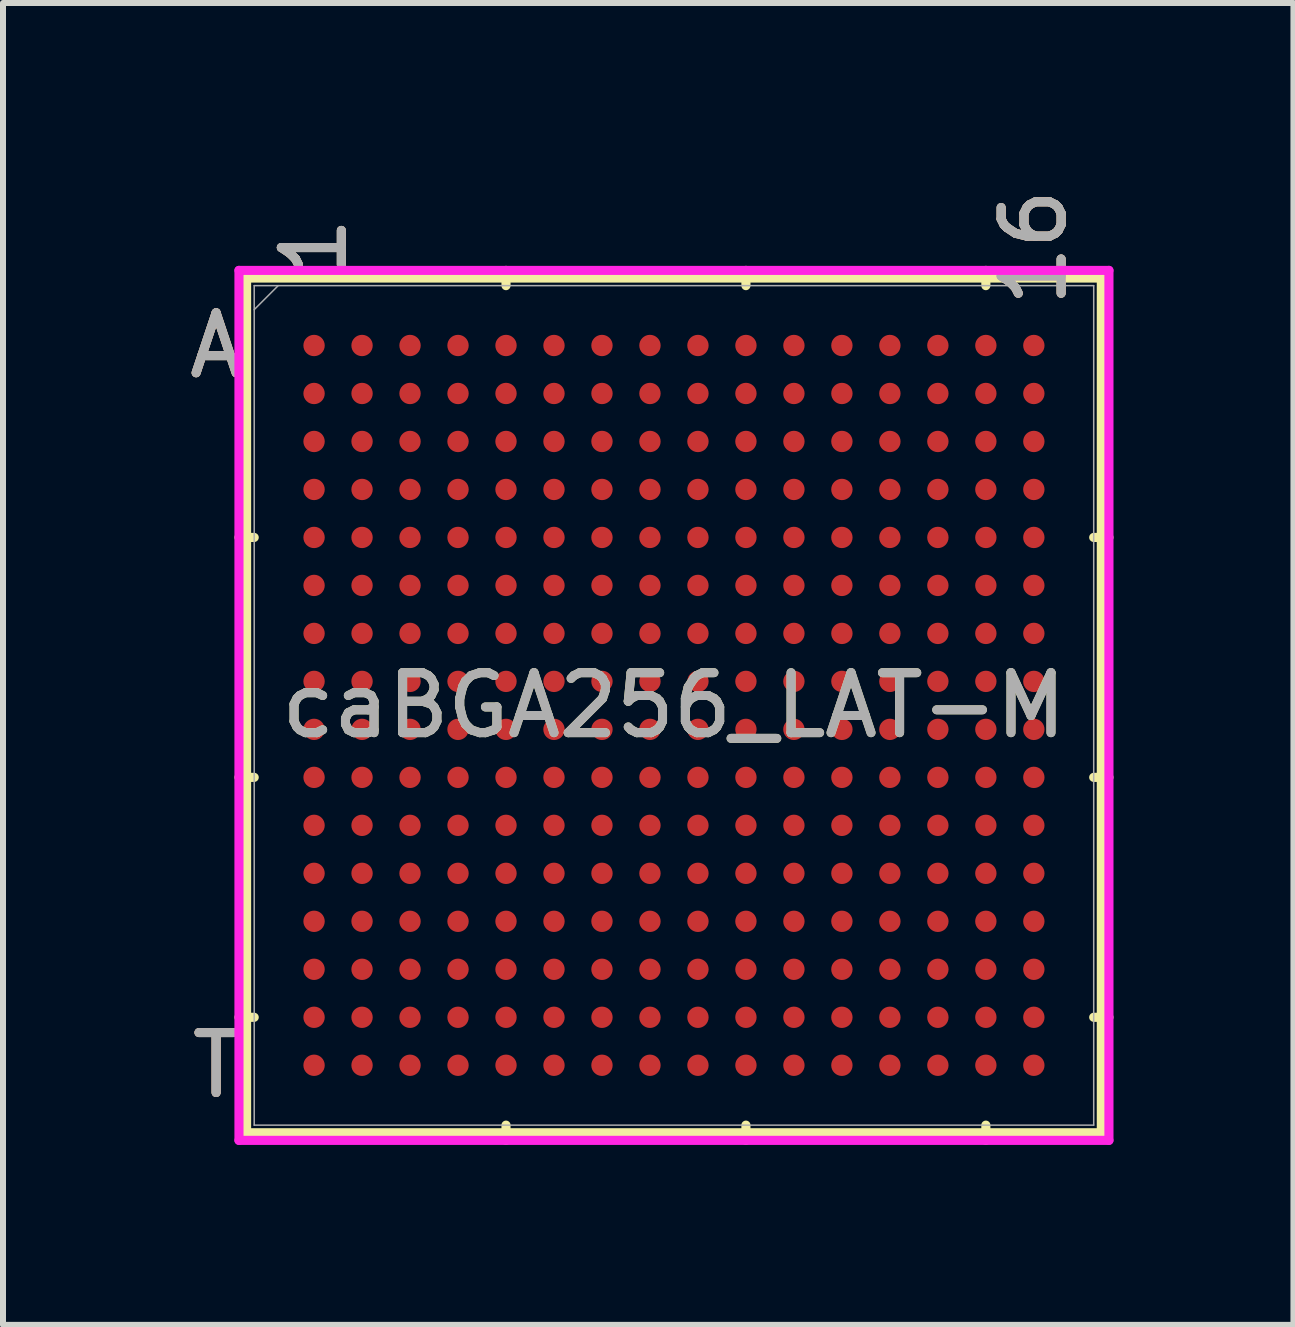
<source format=kicad_pcb>
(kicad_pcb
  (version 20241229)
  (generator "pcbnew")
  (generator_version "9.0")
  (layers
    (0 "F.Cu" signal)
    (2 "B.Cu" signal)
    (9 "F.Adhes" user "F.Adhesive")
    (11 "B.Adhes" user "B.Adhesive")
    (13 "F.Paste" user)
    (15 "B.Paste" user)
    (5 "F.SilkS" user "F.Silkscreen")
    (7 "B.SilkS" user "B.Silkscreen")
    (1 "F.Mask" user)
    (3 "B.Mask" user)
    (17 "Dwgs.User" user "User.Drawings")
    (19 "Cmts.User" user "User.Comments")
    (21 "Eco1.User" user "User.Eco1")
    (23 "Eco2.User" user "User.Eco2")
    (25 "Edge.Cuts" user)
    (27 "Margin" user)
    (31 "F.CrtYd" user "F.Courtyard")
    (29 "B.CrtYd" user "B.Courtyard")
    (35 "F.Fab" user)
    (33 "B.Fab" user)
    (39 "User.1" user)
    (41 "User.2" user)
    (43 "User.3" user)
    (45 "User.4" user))
  (footprint "caBGA256_LAT-M"
    (layer "F.Cu")
    (at 8.186 8.71)
    (property "Reference" "caBGA256_LAT-M" (at 0 0 0) (unlocked yes) (layer "F.SilkS") (effects (font (size 1 1) (thickness 0.15))))
    (attr smd)
    (fp_line (start -7.125 -7.125) (end -7.125 7.125) (stroke (width 0.152) (type solid)) (layer "F.SilkS"))
    (fp_line (start -7.125 7.125) (end 7.125 7.125) (stroke (width 0.152) (type solid)) (layer "F.SilkS"))
    (fp_line (start -6.998 -2.8) (end -7.252 -2.8) (stroke (width 0.152) (type solid)) (layer "F.SilkS"))
    (fp_line (start -6.998 1.2) (end -7.252 1.2) (stroke (width 0.152) (type solid)) (layer "F.SilkS"))
    (fp_line (start -6.998 5.2) (end -7.252 5.2) (stroke (width 0.152) (type solid)) (layer "F.SilkS"))
    (fp_line (start -2.8 -6.998) (end -2.8 -7.252) (stroke (width 0.152) (type solid)) (layer "F.SilkS"))
    (fp_line (start -2.8 6.998) (end -2.8 7.252) (stroke (width 0.152) (type solid)) (layer "F.SilkS"))
    (fp_line (start 1.2 -6.998) (end 1.2 -7.252) (stroke (width 0.152) (type solid)) (layer "F.SilkS"))
    (fp_line (start 1.2 6.998) (end 1.2 7.252) (stroke (width 0.152) (type solid)) (layer "F.SilkS"))
    (fp_line (start 5.2 -6.998) (end 5.2 -7.252) (stroke (width 0.152) (type solid)) (layer "F.SilkS"))
    (fp_line (start 5.2 6.998) (end 5.2 7.252) (stroke (width 0.152) (type solid)) (layer "F.SilkS"))
    (fp_line (start 6.998 -2.8) (end 7.252 -2.8) (stroke (width 0.152) (type solid)) (layer "F.SilkS"))
    (fp_line (start 6.998 1.2) (end 7.252 1.2) (stroke (width 0.152) (type solid)) (layer "F.SilkS"))
    (fp_line (start 6.998 5.2) (end 7.252 5.2) (stroke (width 0.152) (type solid)) (layer "F.SilkS"))
    (fp_line (start 7.125 -7.125) (end -7.125 -7.125) (stroke (width 0.152) (type solid)) (layer "F.SilkS"))
    (fp_line (start 7.125 7.125) (end 7.125 -7.125) (stroke (width 0.152) (type solid)) (layer "F.SilkS"))
    (fp_poly (pts (xy -6.844 -6.844) (xy 6.844 -6.844) (xy 6.844 6.844) (xy -6.844 6.844)) (stroke (width 0.1) (type solid)) (fill no) (layer "Eco2.User"))
    (fp_line (start -7.252 -7.252) (end 7.252 -7.252) (stroke (width 0.152) (type solid)) (layer "F.CrtYd"))
    (fp_line (start -7.252 7.252) (end -7.252 -7.252) (stroke (width 0.152) (type solid)) (layer "F.CrtYd"))
    (fp_line (start 7.252 -7.252) (end 7.252 7.252) (stroke (width 0.152) (type solid)) (layer "F.CrtYd"))
    (fp_line (start 7.252 7.252) (end -7.252 7.252) (stroke (width 0.152) (type solid)) (layer "F.CrtYd"))
    (fp_line (start -6.998 -6.998) (end -6.998 6.998) (stroke (width 0.025) (type solid)) (layer "F.Fab"))
    (fp_line (start -6.998 6.998) (end 6.998 6.998) (stroke (width 0.025) (type solid)) (layer "F.Fab"))
    (fp_line (start -6.598 -6.998) (end -6.998 -6.598) (stroke (width 0.025) (type solid)) (layer "F.Fab"))
    (fp_line (start 6.998 -6.998) (end -6.998 -6.998) (stroke (width 0.025) (type solid)) (layer "F.Fab"))
    (fp_line (start 6.998 6.998) (end 6.998 -6.998) (stroke (width 0.025) (type solid)) (layer "F.Fab"))
    (fp_text user "A" (at -7.633 -6 0) (unlocked yes) (layer "F.SilkS") (effects (font (size 1 1) (thickness 0.15))))
    (fp_text user "16" (at 6 -7.633 90) (unlocked yes) (layer "F.SilkS") (effects (font (size 1 1) (thickness 0.15))))
    (fp_text user "T" (at -7.633 6 0) (unlocked yes) (layer "F.SilkS") (effects (font (size 1 1) (thickness 0.15))))
    (fp_text user "1" (at -6 -7.633 90) (unlocked yes) (layer "F.SilkS") (effects (font (size 1 1) (thickness 0.15))))
    (fp_text user "T" (at -7.633 6 0) (unlocked yes) (layer "B.SilkS") (effects (font (size 1 1) (thickness 0.15))))
    (fp_text user "16" (at 6 -7.633 90) (unlocked yes) (layer "B.SilkS") (effects (font (size 1 1) (thickness 0.15))))
    (fp_text user "1" (at -6 -7.633 90) (unlocked yes) (layer "B.SilkS") (effects (font (size 1 1) (thickness 0.15))))
    (fp_text user "A" (at -7.633 -6 0) (unlocked yes) (layer "B.SilkS") (effects (font (size 1 1) (thickness 0.15))))
    (fp_text user "1" (at -6 -7.633 90) (unlocked yes) (layer "F.Fab") (effects (font (size 1 1) (thickness 0.15))))
    (fp_text user "A" (at -7.633 -6 0) (unlocked yes) (layer "F.Fab") (effects (font (size 1 1) (thickness 0.15))))
    (fp_text user "${REFERENCE}" (at 0 0 0) (unlocked yes) (layer "F.Fab") (effects (font (size 1 1) (thickness 0.15))))
    (fp_text user "T" (at -7.633 6 0) (unlocked yes) (layer "F.Fab") (effects (font (size 1 1) (thickness 0.15))))
    (fp_text user "16" (at 6 -7.633 90) (unlocked yes) (layer "F.Fab") (effects (font (size 1 1) (thickness 0.15))))
    (pad "A1" smd circle (at -6 -6) (size 0.356 0.356) (layers "F.Cu" "F.Mask" "F.Paste"))
    (pad "A2" smd circle (at -5.2 -6) (size 0.356 0.356) (layers "F.Cu" "F.Mask" "F.Paste"))
    (pad "A3" smd circle (at -4.4 -6) (size 0.356 0.356) (layers "F.Cu" "F.Mask" "F.Paste"))
    (pad "A4" smd circle (at -3.6 -6) (size 0.356 0.356) (layers "F.Cu" "F.Mask" "F.Paste"))
    (pad "A5" smd circle (at -2.8 -6) (size 0.356 0.356) (layers "F.Cu" "F.Mask" "F.Paste"))
    (pad "A6" smd circle (at -2 -6) (size 0.356 0.356) (layers "F.Cu" "F.Mask" "F.Paste"))
    (pad "A7" smd circle (at -1.2 -6) (size 0.356 0.356) (layers "F.Cu" "F.Mask" "F.Paste"))
    (pad "A8" smd circle (at -0.4 -6) (size 0.356 0.356) (layers "F.Cu" "F.Mask" "F.Paste"))
    (pad "A9" smd circle (at 0.4 -6) (size 0.356 0.356) (layers "F.Cu" "F.Mask" "F.Paste"))
    (pad "A10" smd circle (at 1.2 -6) (size 0.356 0.356) (layers "F.Cu" "F.Mask" "F.Paste"))
    (pad "A11" smd circle (at 2 -6) (size 0.356 0.356) (layers "F.Cu" "F.Mask" "F.Paste"))
    (pad "A12" smd circle (at 2.8 -6) (size 0.356 0.356) (layers "F.Cu" "F.Mask" "F.Paste"))
    (pad "A13" smd circle (at 3.6 -6) (size 0.356 0.356) (layers "F.Cu" "F.Mask" "F.Paste"))
    (pad "A14" smd circle (at 4.4 -6) (size 0.356 0.356) (layers "F.Cu" "F.Mask" "F.Paste"))
    (pad "A15" smd circle (at 5.2 -6) (size 0.356 0.356) (layers "F.Cu" "F.Mask" "F.Paste"))
    (pad "A16" smd circle (at 6 -6) (size 0.356 0.356) (layers "F.Cu" "F.Mask" "F.Paste"))
    (pad "B1" smd circle (at -6 -5.2) (size 0.356 0.356) (layers "F.Cu" "F.Mask" "F.Paste"))
    (pad "B2" smd circle (at -5.2 -5.2) (size 0.356 0.356) (layers "F.Cu" "F.Mask" "F.Paste"))
    (pad "B3" smd circle (at -4.4 -5.2) (size 0.356 0.356) (layers "F.Cu" "F.Mask" "F.Paste"))
    (pad "B4" smd circle (at -3.6 -5.2) (size 0.356 0.356) (layers "F.Cu" "F.Mask" "F.Paste"))
    (pad "B5" smd circle (at -2.8 -5.2) (size 0.356 0.356) (layers "F.Cu" "F.Mask" "F.Paste"))
    (pad "B6" smd circle (at -2 -5.2) (size 0.356 0.356) (layers "F.Cu" "F.Mask" "F.Paste"))
    (pad "B7" smd circle (at -1.2 -5.2) (size 0.356 0.356) (layers "F.Cu" "F.Mask" "F.Paste"))
    (pad "B8" smd circle (at -0.4 -5.2) (size 0.356 0.356) (layers "F.Cu" "F.Mask" "F.Paste"))
    (pad "B9" smd circle (at 0.4 -5.2) (size 0.356 0.356) (layers "F.Cu" "F.Mask" "F.Paste"))
    (pad "B10" smd circle (at 1.2 -5.2) (size 0.356 0.356) (layers "F.Cu" "F.Mask" "F.Paste"))
    (pad "B11" smd circle (at 2 -5.2) (size 0.356 0.356) (layers "F.Cu" "F.Mask" "F.Paste"))
    (pad "B12" smd circle (at 2.8 -5.2) (size 0.356 0.356) (layers "F.Cu" "F.Mask" "F.Paste"))
    (pad "B13" smd circle (at 3.6 -5.2) (size 0.356 0.356) (layers "F.Cu" "F.Mask" "F.Paste"))
    (pad "B14" smd circle (at 4.4 -5.2) (size 0.356 0.356) (layers "F.Cu" "F.Mask" "F.Paste"))
    (pad "B15" smd circle (at 5.2 -5.2) (size 0.356 0.356) (layers "F.Cu" "F.Mask" "F.Paste"))
    (pad "B16" smd circle (at 6 -5.2) (size 0.356 0.356) (layers "F.Cu" "F.Mask" "F.Paste"))
    (pad "C1" smd circle (at -6 -4.4) (size 0.356 0.356) (layers "F.Cu" "F.Mask" "F.Paste"))
    (pad "C2" smd circle (at -5.2 -4.4) (size 0.356 0.356) (layers "F.Cu" "F.Mask" "F.Paste"))
    (pad "C3" smd circle (at -4.4 -4.4) (size 0.356 0.356) (layers "F.Cu" "F.Mask" "F.Paste"))
    (pad "C4" smd circle (at -3.6 -4.4) (size 0.356 0.356) (layers "F.Cu" "F.Mask" "F.Paste"))
    (pad "C5" smd circle (at -2.8 -4.4) (size 0.356 0.356) (layers "F.Cu" "F.Mask" "F.Paste"))
    (pad "C6" smd circle (at -2 -4.4) (size 0.356 0.356) (layers "F.Cu" "F.Mask" "F.Paste"))
    (pad "C7" smd circle (at -1.2 -4.4) (size 0.356 0.356) (layers "F.Cu" "F.Mask" "F.Paste"))
    (pad "C8" smd circle (at -0.4 -4.4) (size 0.356 0.356) (layers "F.Cu" "F.Mask" "F.Paste"))
    (pad "C9" smd circle (at 0.4 -4.4) (size 0.356 0.356) (layers "F.Cu" "F.Mask" "F.Paste"))
    (pad "C10" smd circle (at 1.2 -4.4) (size 0.356 0.356) (layers "F.Cu" "F.Mask" "F.Paste"))
    (pad "C11" smd circle (at 2 -4.4) (size 0.356 0.356) (layers "F.Cu" "F.Mask" "F.Paste"))
    (pad "C12" smd circle (at 2.8 -4.4) (size 0.356 0.356) (layers "F.Cu" "F.Mask" "F.Paste"))
    (pad "C13" smd circle (at 3.6 -4.4) (size 0.356 0.356) (layers "F.Cu" "F.Mask" "F.Paste"))
    (pad "C14" smd circle (at 4.4 -4.4) (size 0.356 0.356) (layers "F.Cu" "F.Mask" "F.Paste"))
    (pad "C15" smd circle (at 5.2 -4.4) (size 0.356 0.356) (layers "F.Cu" "F.Mask" "F.Paste"))
    (pad "C16" smd circle (at 6 -4.4) (size 0.356 0.356) (layers "F.Cu" "F.Mask" "F.Paste"))
    (pad "D1" smd circle (at -6 -3.6) (size 0.356 0.356) (layers "F.Cu" "F.Mask" "F.Paste"))
    (pad "D2" smd circle (at -5.2 -3.6) (size 0.356 0.356) (layers "F.Cu" "F.Mask" "F.Paste"))
    (pad "D3" smd circle (at -4.4 -3.6) (size 0.356 0.356) (layers "F.Cu" "F.Mask" "F.Paste"))
    (pad "D4" smd circle (at -3.6 -3.6) (size 0.356 0.356) (layers "F.Cu" "F.Mask" "F.Paste"))
    (pad "D5" smd circle (at -2.8 -3.6) (size 0.356 0.356) (layers "F.Cu" "F.Mask" "F.Paste"))
    (pad "D6" smd circle (at -2 -3.6) (size 0.356 0.356) (layers "F.Cu" "F.Mask" "F.Paste"))
    (pad "D7" smd circle (at -1.2 -3.6) (size 0.356 0.356) (layers "F.Cu" "F.Mask" "F.Paste"))
    (pad "D8" smd circle (at -0.4 -3.6) (size 0.356 0.356) (layers "F.Cu" "F.Mask" "F.Paste"))
    (pad "D9" smd circle (at 0.4 -3.6) (size 0.356 0.356) (layers "F.Cu" "F.Mask" "F.Paste"))
    (pad "D10" smd circle (at 1.2 -3.6) (size 0.356 0.356) (layers "F.Cu" "F.Mask" "F.Paste"))
    (pad "D11" smd circle (at 2 -3.6) (size 0.356 0.356) (layers "F.Cu" "F.Mask" "F.Paste"))
    (pad "D12" smd circle (at 2.8 -3.6) (size 0.356 0.356) (layers "F.Cu" "F.Mask" "F.Paste"))
    (pad "D13" smd circle (at 3.6 -3.6) (size 0.356 0.356) (layers "F.Cu" "F.Mask" "F.Paste"))
    (pad "D14" smd circle (at 4.4 -3.6) (size 0.356 0.356) (layers "F.Cu" "F.Mask" "F.Paste"))
    (pad "D15" smd circle (at 5.2 -3.6) (size 0.356 0.356) (layers "F.Cu" "F.Mask" "F.Paste"))
    (pad "D16" smd circle (at 6 -3.6) (size 0.356 0.356) (layers "F.Cu" "F.Mask" "F.Paste"))
    (pad "E1" smd circle (at -6 -2.8) (size 0.356 0.356) (layers "F.Cu" "F.Mask" "F.Paste"))
    (pad "E2" smd circle (at -5.2 -2.8) (size 0.356 0.356) (layers "F.Cu" "F.Mask" "F.Paste"))
    (pad "E3" smd circle (at -4.4 -2.8) (size 0.356 0.356) (layers "F.Cu" "F.Mask" "F.Paste"))
    (pad "E4" smd circle (at -3.6 -2.8) (size 0.356 0.356) (layers "F.Cu" "F.Mask" "F.Paste"))
    (pad "E5" smd circle (at -2.8 -2.8) (size 0.356 0.356) (layers "F.Cu" "F.Mask" "F.Paste"))
    (pad "E6" smd circle (at -2 -2.8) (size 0.356 0.356) (layers "F.Cu" "F.Mask" "F.Paste"))
    (pad "E7" smd circle (at -1.2 -2.8) (size 0.356 0.356) (layers "F.Cu" "F.Mask" "F.Paste"))
    (pad "E8" smd circle (at -0.4 -2.8) (size 0.356 0.356) (layers "F.Cu" "F.Mask" "F.Paste"))
    (pad "E9" smd circle (at 0.4 -2.8) (size 0.356 0.356) (layers "F.Cu" "F.Mask" "F.Paste"))
    (pad "E10" smd circle (at 1.2 -2.8) (size 0.356 0.356) (layers "F.Cu" "F.Mask" "F.Paste"))
    (pad "E11" smd circle (at 2 -2.8) (size 0.356 0.356) (layers "F.Cu" "F.Mask" "F.Paste"))
    (pad "E12" smd circle (at 2.8 -2.8) (size 0.356 0.356) (layers "F.Cu" "F.Mask" "F.Paste"))
    (pad "E13" smd circle (at 3.6 -2.8) (size 0.356 0.356) (layers "F.Cu" "F.Mask" "F.Paste"))
    (pad "E14" smd circle (at 4.4 -2.8) (size 0.356 0.356) (layers "F.Cu" "F.Mask" "F.Paste"))
    (pad "E15" smd circle (at 5.2 -2.8) (size 0.356 0.356) (layers "F.Cu" "F.Mask" "F.Paste"))
    (pad "E16" smd circle (at 6 -2.8) (size 0.356 0.356) (layers "F.Cu" "F.Mask" "F.Paste"))
    (pad "F1" smd circle (at -6 -2) (size 0.356 0.356) (layers "F.Cu" "F.Mask" "F.Paste"))
    (pad "F2" smd circle (at -5.2 -2) (size 0.356 0.356) (layers "F.Cu" "F.Mask" "F.Paste"))
    (pad "F3" smd circle (at -4.4 -2) (size 0.356 0.356) (layers "F.Cu" "F.Mask" "F.Paste"))
    (pad "F4" smd circle (at -3.6 -2) (size 0.356 0.356) (layers "F.Cu" "F.Mask" "F.Paste"))
    (pad "F5" smd circle (at -2.8 -2) (size 0.356 0.356) (layers "F.Cu" "F.Mask" "F.Paste"))
    (pad "F6" smd circle (at -2 -2) (size 0.356 0.356) (layers "F.Cu" "F.Mask" "F.Paste"))
    (pad "F7" smd circle (at -1.2 -2) (size 0.356 0.356) (layers "F.Cu" "F.Mask" "F.Paste"))
    (pad "F8" smd circle (at -0.4 -2) (size 0.356 0.356) (layers "F.Cu" "F.Mask" "F.Paste"))
    (pad "F9" smd circle (at 0.4 -2) (size 0.356 0.356) (layers "F.Cu" "F.Mask" "F.Paste"))
    (pad "F10" smd circle (at 1.2 -2) (size 0.356 0.356) (layers "F.Cu" "F.Mask" "F.Paste"))
    (pad "F11" smd circle (at 2 -2) (size 0.356 0.356) (layers "F.Cu" "F.Mask" "F.Paste"))
    (pad "F12" smd circle (at 2.8 -2) (size 0.356 0.356) (layers "F.Cu" "F.Mask" "F.Paste"))
    (pad "F13" smd circle (at 3.6 -2) (size 0.356 0.356) (layers "F.Cu" "F.Mask" "F.Paste"))
    (pad "F14" smd circle (at 4.4 -2) (size 0.356 0.356) (layers "F.Cu" "F.Mask" "F.Paste"))
    (pad "F15" smd circle (at 5.2 -2) (size 0.356 0.356) (layers "F.Cu" "F.Mask" "F.Paste"))
    (pad "F16" smd circle (at 6 -2) (size 0.356 0.356) (layers "F.Cu" "F.Mask" "F.Paste"))
    (pad "G1" smd circle (at -6 -1.2) (size 0.356 0.356) (layers "F.Cu" "F.Mask" "F.Paste"))
    (pad "G2" smd circle (at -5.2 -1.2) (size 0.356 0.356) (layers "F.Cu" "F.Mask" "F.Paste"))
    (pad "G3" smd circle (at -4.4 -1.2) (size 0.356 0.356) (layers "F.Cu" "F.Mask" "F.Paste"))
    (pad "G4" smd circle (at -3.6 -1.2) (size 0.356 0.356) (layers "F.Cu" "F.Mask" "F.Paste"))
    (pad "G5" smd circle (at -2.8 -1.2) (size 0.356 0.356) (layers "F.Cu" "F.Mask" "F.Paste"))
    (pad "G6" smd circle (at -2 -1.2) (size 0.356 0.356) (layers "F.Cu" "F.Mask" "F.Paste"))
    (pad "G7" smd circle (at -1.2 -1.2) (size 0.356 0.356) (layers "F.Cu" "F.Mask" "F.Paste"))
    (pad "G8" smd circle (at -0.4 -1.2) (size 0.356 0.356) (layers "F.Cu" "F.Mask" "F.Paste"))
    (pad "G9" smd circle (at 0.4 -1.2) (size 0.356 0.356) (layers "F.Cu" "F.Mask" "F.Paste"))
    (pad "G10" smd circle (at 1.2 -1.2) (size 0.356 0.356) (layers "F.Cu" "F.Mask" "F.Paste"))
    (pad "G11" smd circle (at 2 -1.2) (size 0.356 0.356) (layers "F.Cu" "F.Mask" "F.Paste"))
    (pad "G12" smd circle (at 2.8 -1.2) (size 0.356 0.356) (layers "F.Cu" "F.Mask" "F.Paste"))
    (pad "G13" smd circle (at 3.6 -1.2) (size 0.356 0.356) (layers "F.Cu" "F.Mask" "F.Paste"))
    (pad "G14" smd circle (at 4.4 -1.2) (size 0.356 0.356) (layers "F.Cu" "F.Mask" "F.Paste"))
    (pad "G15" smd circle (at 5.2 -1.2) (size 0.356 0.356) (layers "F.Cu" "F.Mask" "F.Paste"))
    (pad "G16" smd circle (at 6 -1.2) (size 0.356 0.356) (layers "F.Cu" "F.Mask" "F.Paste"))
    (pad "H1" smd circle (at -6 -0.4) (size 0.356 0.356) (layers "F.Cu" "F.Mask" "F.Paste"))
    (pad "H2" smd circle (at -5.2 -0.4) (size 0.356 0.356) (layers "F.Cu" "F.Mask" "F.Paste"))
    (pad "H3" smd circle (at -4.4 -0.4) (size 0.356 0.356) (layers "F.Cu" "F.Mask" "F.Paste"))
    (pad "H4" smd circle (at -3.6 -0.4) (size 0.356 0.356) (layers "F.Cu" "F.Mask" "F.Paste"))
    (pad "H5" smd circle (at -2.8 -0.4) (size 0.356 0.356) (layers "F.Cu" "F.Mask" "F.Paste"))
    (pad "H6" smd circle (at -2 -0.4) (size 0.356 0.356) (layers "F.Cu" "F.Mask" "F.Paste"))
    (pad "H7" smd circle (at -1.2 -0.4) (size 0.356 0.356) (layers "F.Cu" "F.Mask" "F.Paste"))
    (pad "H8" smd circle (at -0.4 -0.4) (size 0.356 0.356) (layers "F.Cu" "F.Mask" "F.Paste"))
    (pad "H9" smd circle (at 0.4 -0.4) (size 0.356 0.356) (layers "F.Cu" "F.Mask" "F.Paste"))
    (pad "H10" smd circle (at 1.2 -0.4) (size 0.356 0.356) (layers "F.Cu" "F.Mask" "F.Paste"))
    (pad "H11" smd circle (at 2 -0.4) (size 0.356 0.356) (layers "F.Cu" "F.Mask" "F.Paste"))
    (pad "H12" smd circle (at 2.8 -0.4) (size 0.356 0.356) (layers "F.Cu" "F.Mask" "F.Paste"))
    (pad "H13" smd circle (at 3.6 -0.4) (size 0.356 0.356) (layers "F.Cu" "F.Mask" "F.Paste"))
    (pad "H14" smd circle (at 4.4 -0.4) (size 0.356 0.356) (layers "F.Cu" "F.Mask" "F.Paste"))
    (pad "H15" smd circle (at 5.2 -0.4) (size 0.356 0.356) (layers "F.Cu" "F.Mask" "F.Paste"))
    (pad "H16" smd circle (at 6 -0.4) (size 0.356 0.356) (layers "F.Cu" "F.Mask" "F.Paste"))
    (pad "J1" smd circle (at -6 0.4) (size 0.356 0.356) (layers "F.Cu" "F.Mask" "F.Paste"))
    (pad "J2" smd circle (at -5.2 0.4) (size 0.356 0.356) (layers "F.Cu" "F.Mask" "F.Paste"))
    (pad "J3" smd circle (at -4.4 0.4) (size 0.356 0.356) (layers "F.Cu" "F.Mask" "F.Paste"))
    (pad "J4" smd circle (at -3.6 0.4) (size 0.356 0.356) (layers "F.Cu" "F.Mask" "F.Paste"))
    (pad "J5" smd circle (at -2.8 0.4) (size 0.356 0.356) (layers "F.Cu" "F.Mask" "F.Paste"))
    (pad "J6" smd circle (at -2 0.4) (size 0.356 0.356) (layers "F.Cu" "F.Mask" "F.Paste"))
    (pad "J7" smd circle (at -1.2 0.4) (size 0.356 0.356) (layers "F.Cu" "F.Mask" "F.Paste"))
    (pad "J8" smd circle (at -0.4 0.4) (size 0.356 0.356) (layers "F.Cu" "F.Mask" "F.Paste"))
    (pad "J9" smd circle (at 0.4 0.4) (size 0.356 0.356) (layers "F.Cu" "F.Mask" "F.Paste"))
    (pad "J10" smd circle (at 1.2 0.4) (size 0.356 0.356) (layers "F.Cu" "F.Mask" "F.Paste"))
    (pad "J11" smd circle (at 2 0.4) (size 0.356 0.356) (layers "F.Cu" "F.Mask" "F.Paste"))
    (pad "J12" smd circle (at 2.8 0.4) (size 0.356 0.356) (layers "F.Cu" "F.Mask" "F.Paste"))
    (pad "J13" smd circle (at 3.6 0.4) (size 0.356 0.356) (layers "F.Cu" "F.Mask" "F.Paste"))
    (pad "J14" smd circle (at 4.4 0.4) (size 0.356 0.356) (layers "F.Cu" "F.Mask" "F.Paste"))
    (pad "J15" smd circle (at 5.2 0.4) (size 0.356 0.356) (layers "F.Cu" "F.Mask" "F.Paste"))
    (pad "J16" smd circle (at 6 0.4) (size 0.356 0.356) (layers "F.Cu" "F.Mask" "F.Paste"))
    (pad "K1" smd circle (at -6 1.2) (size 0.356 0.356) (layers "F.Cu" "F.Mask" "F.Paste"))
    (pad "K2" smd circle (at -5.2 1.2) (size 0.356 0.356) (layers "F.Cu" "F.Mask" "F.Paste"))
    (pad "K3" smd circle (at -4.4 1.2) (size 0.356 0.356) (layers "F.Cu" "F.Mask" "F.Paste"))
    (pad "K4" smd circle (at -3.6 1.2) (size 0.356 0.356) (layers "F.Cu" "F.Mask" "F.Paste"))
    (pad "K5" smd circle (at -2.8 1.2) (size 0.356 0.356) (layers "F.Cu" "F.Mask" "F.Paste"))
    (pad "K6" smd circle (at -2 1.2) (size 0.356 0.356) (layers "F.Cu" "F.Mask" "F.Paste"))
    (pad "K7" smd circle (at -1.2 1.2) (size 0.356 0.356) (layers "F.Cu" "F.Mask" "F.Paste"))
    (pad "K8" smd circle (at -0.4 1.2) (size 0.356 0.356) (layers "F.Cu" "F.Mask" "F.Paste"))
    (pad "K9" smd circle (at 0.4 1.2) (size 0.356 0.356) (layers "F.Cu" "F.Mask" "F.Paste"))
    (pad "K10" smd circle (at 1.2 1.2) (size 0.356 0.356) (layers "F.Cu" "F.Mask" "F.Paste"))
    (pad "K11" smd circle (at 2 1.2) (size 0.356 0.356) (layers "F.Cu" "F.Mask" "F.Paste"))
    (pad "K12" smd circle (at 2.8 1.2) (size 0.356 0.356) (layers "F.Cu" "F.Mask" "F.Paste"))
    (pad "K13" smd circle (at 3.6 1.2) (size 0.356 0.356) (layers "F.Cu" "F.Mask" "F.Paste"))
    (pad "K14" smd circle (at 4.4 1.2) (size 0.356 0.356) (layers "F.Cu" "F.Mask" "F.Paste"))
    (pad "K15" smd circle (at 5.2 1.2) (size 0.356 0.356) (layers "F.Cu" "F.Mask" "F.Paste"))
    (pad "K16" smd circle (at 6 1.2) (size 0.356 0.356) (layers "F.Cu" "F.Mask" "F.Paste"))
    (pad "L1" smd circle (at -6 2) (size 0.356 0.356) (layers "F.Cu" "F.Mask" "F.Paste"))
    (pad "L2" smd circle (at -5.2 2) (size 0.356 0.356) (layers "F.Cu" "F.Mask" "F.Paste"))
    (pad "L3" smd circle (at -4.4 2) (size 0.356 0.356) (layers "F.Cu" "F.Mask" "F.Paste"))
    (pad "L4" smd circle (at -3.6 2) (size 0.356 0.356) (layers "F.Cu" "F.Mask" "F.Paste"))
    (pad "L5" smd circle (at -2.8 2) (size 0.356 0.356) (layers "F.Cu" "F.Mask" "F.Paste"))
    (pad "L6" smd circle (at -2 2) (size 0.356 0.356) (layers "F.Cu" "F.Mask" "F.Paste"))
    (pad "L7" smd circle (at -1.2 2) (size 0.356 0.356) (layers "F.Cu" "F.Mask" "F.Paste"))
    (pad "L8" smd circle (at -0.4 2) (size 0.356 0.356) (layers "F.Cu" "F.Mask" "F.Paste"))
    (pad "L9" smd circle (at 0.4 2) (size 0.356 0.356) (layers "F.Cu" "F.Mask" "F.Paste"))
    (pad "L10" smd circle (at 1.2 2) (size 0.356 0.356) (layers "F.Cu" "F.Mask" "F.Paste"))
    (pad "L11" smd circle (at 2 2) (size 0.356 0.356) (layers "F.Cu" "F.Mask" "F.Paste"))
    (pad "L12" smd circle (at 2.8 2) (size 0.356 0.356) (layers "F.Cu" "F.Mask" "F.Paste"))
    (pad "L13" smd circle (at 3.6 2) (size 0.356 0.356) (layers "F.Cu" "F.Mask" "F.Paste"))
    (pad "L14" smd circle (at 4.4 2) (size 0.356 0.356) (layers "F.Cu" "F.Mask" "F.Paste"))
    (pad "L15" smd circle (at 5.2 2) (size 0.356 0.356) (layers "F.Cu" "F.Mask" "F.Paste"))
    (pad "L16" smd circle (at 6 2) (size 0.356 0.356) (layers "F.Cu" "F.Mask" "F.Paste"))
    (pad "M1" smd circle (at -6 2.8) (size 0.356 0.356) (layers "F.Cu" "F.Mask" "F.Paste"))
    (pad "M2" smd circle (at -5.2 2.8) (size 0.356 0.356) (layers "F.Cu" "F.Mask" "F.Paste"))
    (pad "M3" smd circle (at -4.4 2.8) (size 0.356 0.356) (layers "F.Cu" "F.Mask" "F.Paste"))
    (pad "M4" smd circle (at -3.6 2.8) (size 0.356 0.356) (layers "F.Cu" "F.Mask" "F.Paste"))
    (pad "M5" smd circle (at -2.8 2.8) (size 0.356 0.356) (layers "F.Cu" "F.Mask" "F.Paste"))
    (pad "M6" smd circle (at -2 2.8) (size 0.356 0.356) (layers "F.Cu" "F.Mask" "F.Paste"))
    (pad "M7" smd circle (at -1.2 2.8) (size 0.356 0.356) (layers "F.Cu" "F.Mask" "F.Paste"))
    (pad "M8" smd circle (at -0.4 2.8) (size 0.356 0.356) (layers "F.Cu" "F.Mask" "F.Paste"))
    (pad "M9" smd circle (at 0.4 2.8) (size 0.356 0.356) (layers "F.Cu" "F.Mask" "F.Paste"))
    (pad "M10" smd circle (at 1.2 2.8) (size 0.356 0.356) (layers "F.Cu" "F.Mask" "F.Paste"))
    (pad "M11" smd circle (at 2 2.8) (size 0.356 0.356) (layers "F.Cu" "F.Mask" "F.Paste"))
    (pad "M12" smd circle (at 2.8 2.8) (size 0.356 0.356) (layers "F.Cu" "F.Mask" "F.Paste"))
    (pad "M13" smd circle (at 3.6 2.8) (size 0.356 0.356) (layers "F.Cu" "F.Mask" "F.Paste"))
    (pad "M14" smd circle (at 4.4 2.8) (size 0.356 0.356) (layers "F.Cu" "F.Mask" "F.Paste"))
    (pad "M15" smd circle (at 5.2 2.8) (size 0.356 0.356) (layers "F.Cu" "F.Mask" "F.Paste"))
    (pad "M16" smd circle (at 6 2.8) (size 0.356 0.356) (layers "F.Cu" "F.Mask" "F.Paste"))
    (pad "N1" smd circle (at -6 3.6) (size 0.356 0.356) (layers "F.Cu" "F.Mask" "F.Paste"))
    (pad "N2" smd circle (at -5.2 3.6) (size 0.356 0.356) (layers "F.Cu" "F.Mask" "F.Paste"))
    (pad "N3" smd circle (at -4.4 3.6) (size 0.356 0.356) (layers "F.Cu" "F.Mask" "F.Paste"))
    (pad "N4" smd circle (at -3.6 3.6) (size 0.356 0.356) (layers "F.Cu" "F.Mask" "F.Paste"))
    (pad "N5" smd circle (at -2.8 3.6) (size 0.356 0.356) (layers "F.Cu" "F.Mask" "F.Paste"))
    (pad "N6" smd circle (at -2 3.6) (size 0.356 0.356) (layers "F.Cu" "F.Mask" "F.Paste"))
    (pad "N7" smd circle (at -1.2 3.6) (size 0.356 0.356) (layers "F.Cu" "F.Mask" "F.Paste"))
    (pad "N8" smd circle (at -0.4 3.6) (size 0.356 0.356) (layers "F.Cu" "F.Mask" "F.Paste"))
    (pad "N9" smd circle (at 0.4 3.6) (size 0.356 0.356) (layers "F.Cu" "F.Mask" "F.Paste"))
    (pad "N10" smd circle (at 1.2 3.6) (size 0.356 0.356) (layers "F.Cu" "F.Mask" "F.Paste"))
    (pad "N11" smd circle (at 2 3.6) (size 0.356 0.356) (layers "F.Cu" "F.Mask" "F.Paste"))
    (pad "N12" smd circle (at 2.8 3.6) (size 0.356 0.356) (layers "F.Cu" "F.Mask" "F.Paste"))
    (pad "N13" smd circle (at 3.6 3.6) (size 0.356 0.356) (layers "F.Cu" "F.Mask" "F.Paste"))
    (pad "N14" smd circle (at 4.4 3.6) (size 0.356 0.356) (layers "F.Cu" "F.Mask" "F.Paste"))
    (pad "N15" smd circle (at 5.2 3.6) (size 0.356 0.356) (layers "F.Cu" "F.Mask" "F.Paste"))
    (pad "N16" smd circle (at 6 3.6) (size 0.356 0.356) (layers "F.Cu" "F.Mask" "F.Paste"))
    (pad "P1" smd circle (at -6 4.4) (size 0.356 0.356) (layers "F.Cu" "F.Mask" "F.Paste"))
    (pad "P2" smd circle (at -5.2 4.4) (size 0.356 0.356) (layers "F.Cu" "F.Mask" "F.Paste"))
    (pad "P3" smd circle (at -4.4 4.4) (size 0.356 0.356) (layers "F.Cu" "F.Mask" "F.Paste"))
    (pad "P4" smd circle (at -3.6 4.4) (size 0.356 0.356) (layers "F.Cu" "F.Mask" "F.Paste"))
    (pad "P5" smd circle (at -2.8 4.4) (size 0.356 0.356) (layers "F.Cu" "F.Mask" "F.Paste"))
    (pad "P6" smd circle (at -2 4.4) (size 0.356 0.356) (layers "F.Cu" "F.Mask" "F.Paste"))
    (pad "P7" smd circle (at -1.2 4.4) (size 0.356 0.356) (layers "F.Cu" "F.Mask" "F.Paste"))
    (pad "P8" smd circle (at -0.4 4.4) (size 0.356 0.356) (layers "F.Cu" "F.Mask" "F.Paste"))
    (pad "P9" smd circle (at 0.4 4.4) (size 0.356 0.356) (layers "F.Cu" "F.Mask" "F.Paste"))
    (pad "P10" smd circle (at 1.2 4.4) (size 0.356 0.356) (layers "F.Cu" "F.Mask" "F.Paste"))
    (pad "P11" smd circle (at 2 4.4) (size 0.356 0.356) (layers "F.Cu" "F.Mask" "F.Paste"))
    (pad "P12" smd circle (at 2.8 4.4) (size 0.356 0.356) (layers "F.Cu" "F.Mask" "F.Paste"))
    (pad "P13" smd circle (at 3.6 4.4) (size 0.356 0.356) (layers "F.Cu" "F.Mask" "F.Paste"))
    (pad "P14" smd circle (at 4.4 4.4) (size 0.356 0.356) (layers "F.Cu" "F.Mask" "F.Paste"))
    (pad "P15" smd circle (at 5.2 4.4) (size 0.356 0.356) (layers "F.Cu" "F.Mask" "F.Paste"))
    (pad "P16" smd circle (at 6 4.4) (size 0.356 0.356) (layers "F.Cu" "F.Mask" "F.Paste"))
    (pad "R1" smd circle (at -6 5.2) (size 0.356 0.356) (layers "F.Cu" "F.Mask" "F.Paste"))
    (pad "R2" smd circle (at -5.2 5.2) (size 0.356 0.356) (layers "F.Cu" "F.Mask" "F.Paste"))
    (pad "R3" smd circle (at -4.4 5.2) (size 0.356 0.356) (layers "F.Cu" "F.Mask" "F.Paste"))
    (pad "R4" smd circle (at -3.6 5.2) (size 0.356 0.356) (layers "F.Cu" "F.Mask" "F.Paste"))
    (pad "R5" smd circle (at -2.8 5.2) (size 0.356 0.356) (layers "F.Cu" "F.Mask" "F.Paste"))
    (pad "R6" smd circle (at -2 5.2) (size 0.356 0.356) (layers "F.Cu" "F.Mask" "F.Paste"))
    (pad "R7" smd circle (at -1.2 5.2) (size 0.356 0.356) (layers "F.Cu" "F.Mask" "F.Paste"))
    (pad "R8" smd circle (at -0.4 5.2) (size 0.356 0.356) (layers "F.Cu" "F.Mask" "F.Paste"))
    (pad "R9" smd circle (at 0.4 5.2) (size 0.356 0.356) (layers "F.Cu" "F.Mask" "F.Paste"))
    (pad "R10" smd circle (at 1.2 5.2) (size 0.356 0.356) (layers "F.Cu" "F.Mask" "F.Paste"))
    (pad "R11" smd circle (at 2 5.2) (size 0.356 0.356) (layers "F.Cu" "F.Mask" "F.Paste"))
    (pad "R12" smd circle (at 2.8 5.2) (size 0.356 0.356) (layers "F.Cu" "F.Mask" "F.Paste"))
    (pad "R13" smd circle (at 3.6 5.2) (size 0.356 0.356) (layers "F.Cu" "F.Mask" "F.Paste"))
    (pad "R14" smd circle (at 4.4 5.2) (size 0.356 0.356) (layers "F.Cu" "F.Mask" "F.Paste"))
    (pad "R15" smd circle (at 5.2 5.2) (size 0.356 0.356) (layers "F.Cu" "F.Mask" "F.Paste"))
    (pad "R16" smd circle (at 6 5.2) (size 0.356 0.356) (layers "F.Cu" "F.Mask" "F.Paste"))
    (pad "T1" smd circle (at -6 6) (size 0.356 0.356) (layers "F.Cu" "F.Mask" "F.Paste"))
    (pad "T2" smd circle (at -5.2 6) (size 0.356 0.356) (layers "F.Cu" "F.Mask" "F.Paste"))
    (pad "T3" smd circle (at -4.4 6) (size 0.356 0.356) (layers "F.Cu" "F.Mask" "F.Paste"))
    (pad "T4" smd circle (at -3.6 6) (size 0.356 0.356) (layers "F.Cu" "F.Mask" "F.Paste"))
    (pad "T5" smd circle (at -2.8 6) (size 0.356 0.356) (layers "F.Cu" "F.Mask" "F.Paste"))
    (pad "T6" smd circle (at -2 6) (size 0.356 0.356) (layers "F.Cu" "F.Mask" "F.Paste"))
    (pad "T7" smd circle (at -1.2 6) (size 0.356 0.356) (layers "F.Cu" "F.Mask" "F.Paste"))
    (pad "T8" smd circle (at -0.4 6) (size 0.356 0.356) (layers "F.Cu" "F.Mask" "F.Paste"))
    (pad "T9" smd circle (at 0.4 6) (size 0.356 0.356) (layers "F.Cu" "F.Mask" "F.Paste"))
    (pad "T10" smd circle (at 1.2 6) (size 0.356 0.356) (layers "F.Cu" "F.Mask" "F.Paste"))
    (pad "T11" smd circle (at 2 6) (size 0.356 0.356) (layers "F.Cu" "F.Mask" "F.Paste"))
    (pad "T12" smd circle (at 2.8 6) (size 0.356 0.356) (layers "F.Cu" "F.Mask" "F.Paste"))
    (pad "T13" smd circle (at 3.6 6) (size 0.356 0.356) (layers "F.Cu" "F.Mask" "F.Paste"))
    (pad "T14" smd circle (at 4.4 6) (size 0.356 0.356) (layers "F.Cu" "F.Mask" "F.Paste"))
    (pad "T15" smd circle (at 5.2 6) (size 0.356 0.356) (layers "F.Cu" "F.Mask" "F.Paste"))
    (pad "T16" smd circle (at 6 6) (size 0.356 0.356) (layers "F.Cu" "F.Mask" "F.Paste")))
  (gr_rect
    (start -3 -3)
    (end 18.514 19.038)
    (stroke (width 0.1) (type default))
    (fill no)
    (layer "Edge.Cuts")))
</source>
